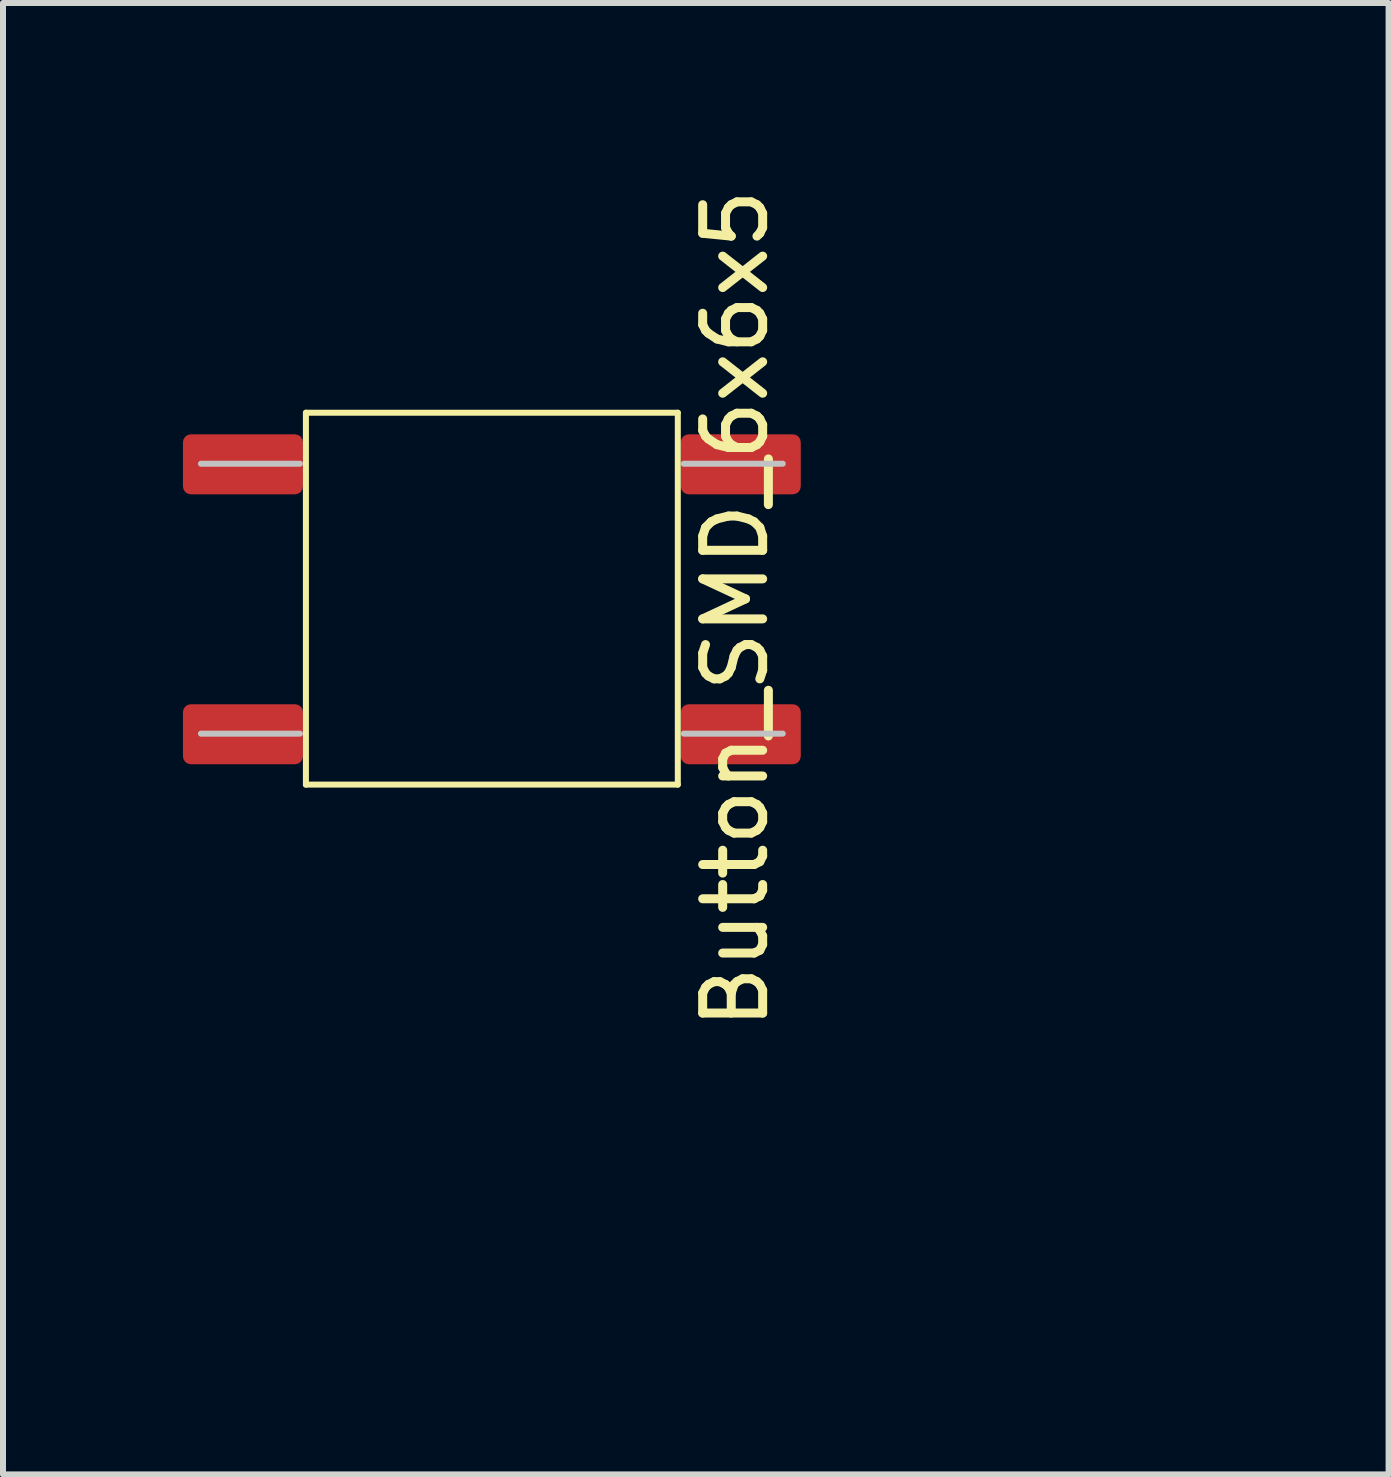
<source format=kicad_pcb>
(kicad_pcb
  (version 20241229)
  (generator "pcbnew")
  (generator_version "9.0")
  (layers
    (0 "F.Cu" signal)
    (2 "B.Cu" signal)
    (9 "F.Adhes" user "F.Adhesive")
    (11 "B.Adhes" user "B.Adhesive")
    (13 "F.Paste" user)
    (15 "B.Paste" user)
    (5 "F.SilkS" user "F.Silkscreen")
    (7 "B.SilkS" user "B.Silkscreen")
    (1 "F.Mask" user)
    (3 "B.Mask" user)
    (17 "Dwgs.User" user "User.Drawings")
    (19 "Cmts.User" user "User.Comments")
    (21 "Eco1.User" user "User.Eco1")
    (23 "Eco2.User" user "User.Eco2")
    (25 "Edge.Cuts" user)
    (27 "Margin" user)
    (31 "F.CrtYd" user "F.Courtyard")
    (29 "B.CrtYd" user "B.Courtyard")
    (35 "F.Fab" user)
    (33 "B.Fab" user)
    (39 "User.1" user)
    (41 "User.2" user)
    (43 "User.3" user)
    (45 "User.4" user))
  (footprint "Button_SMD_6x6x5"
    (layer "F.Cu")
    (at 16.85 18.281)
    (property "Reference" "Button_SMD_6x6x5" (at -7.64 -11.18 90) (layer "F.SilkS") (effects (font (size 1 1) (thickness 0.15))))
    (attr smd)
    (fp_line (start -14.8 -14.45) (end -8.6 -14.45) (stroke (width 0.1) (type default)) (layer "F.SilkS"))
    (fp_line (start -14.8 -8.25) (end -14.8 -14.45) (stroke (width 0.1) (type default)) (layer "F.SilkS"))
    (fp_line (start -8.6 -14.45) (end -8.6 -8.25) (stroke (width 0.1) (type default)) (layer "F.SilkS"))
    (fp_line (start -8.6 -8.25) (end -14.8 -8.25) (stroke (width 0.1) (type default)) (layer "F.SilkS"))
    (fp_line (start -16.55 -13.6) (end -14.9 -13.6) (stroke (width 0.1) (type default)) (layer "Dwgs.User"))
    (fp_line (start -16.55 -9.1) (end -14.9 -9.1) (stroke (width 0.1) (type default)) (layer "Dwgs.User"))
    (fp_line (start -8.5 -13.6) (end -6.85 -13.6) (stroke (width 0.1) (type default)) (layer "Dwgs.User"))
    (fp_line (start -8.5 -9.1) (end -6.85 -9.1) (stroke (width 0.1) (type default)) (layer "Dwgs.User"))
    (pad "1" smd roundrect (at -15.85 -9.09) (size 2 1) (layers "F.Cu" "F.Mask" "F.Paste") (roundrect_rratio 0.131))
    (pad "2" smd roundrect (at -15.85 -13.59) (size 2 1) (layers "F.Cu" "F.Mask" "F.Paste") (roundrect_rratio 0.131))
    (pad "3" smd roundrect (at -7.55 -9.09) (size 2 1) (layers "F.Cu" "F.Mask" "F.Paste") (roundrect_rratio 0.131))
    (pad "4" smd roundrect (at -7.55 -13.59) (size 2 1) (layers "F.Cu" "F.Mask" "F.Paste") (roundrect_rratio 0.131)))
  (gr_rect
    (start -3 -3)
    (end 20.1 21.531)
    (stroke (width 0.1) (type default))
    (fill no)
    (layer "Edge.Cuts")))
</source>
